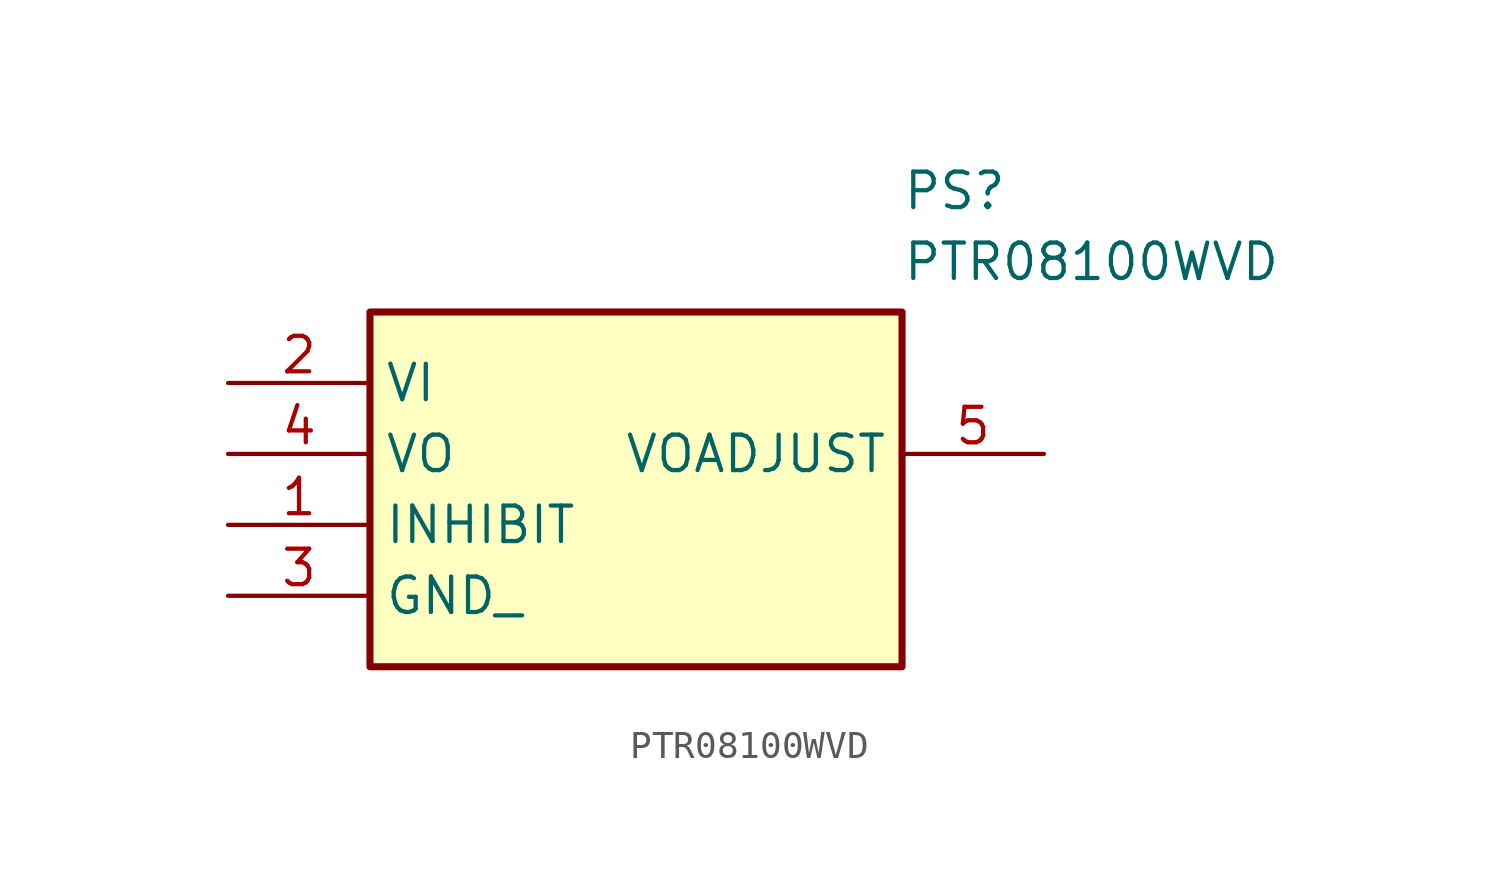
<source format=kicad_sym>
(kicad_symbol_lib
  (version 20241209)
  (generator "kicad_symbol_editor")
  (generator_version "9.0")
  (symbol "PTR08100WVD"
    (property "Reference" "PS"
      (at 24.13 7.62 0)
      (effects (font (size 1.27 1.27)) (justify left top)))
    (property "Value" "PTR08100WVD"
      (at 24.13 5.08 0)
      (effects (font (size 1.27 1.27)) (justify left top)))
    (symbol "PTR08100WVD_1_1"
      (rectangle (start 5.08 2.54) (end 24.13 -10.16) (stroke (width 0.254) (type default)) (fill (type background)))
      (pin passive line (at 0 0 0) (length 5.08) (name "VI" (effects (font (size 1.27 1.27)))) (number "2" (effects (font (size 1.27 1.27)))))
      (pin passive line (at 0 -2.54 0) (length 5.08) (name "VO" (effects (font (size 1.27 1.27)))) (number "4" (effects (font (size 1.27 1.27)))))
      (pin passive line (at 0 -5.08 0) (length 5.08) (name "INHIBIT" (effects (font (size 1.27 1.27)))) (number "1" (effects (font (size 1.27 1.27)))))
      (pin passive line (at 0 -7.62 0) (length 5.08) (name "GND_" (effects (font (size 1.27 1.27)))) (number "3" (effects (font (size 1.27 1.27)))))
      (pin passive line (at 29.21 -2.54 180) (length 5.08) (name "VOADJUST" (effects (font (size 1.27 1.27)))) (number "5" (effects (font (size 1.27 1.27))))))))
</source>
